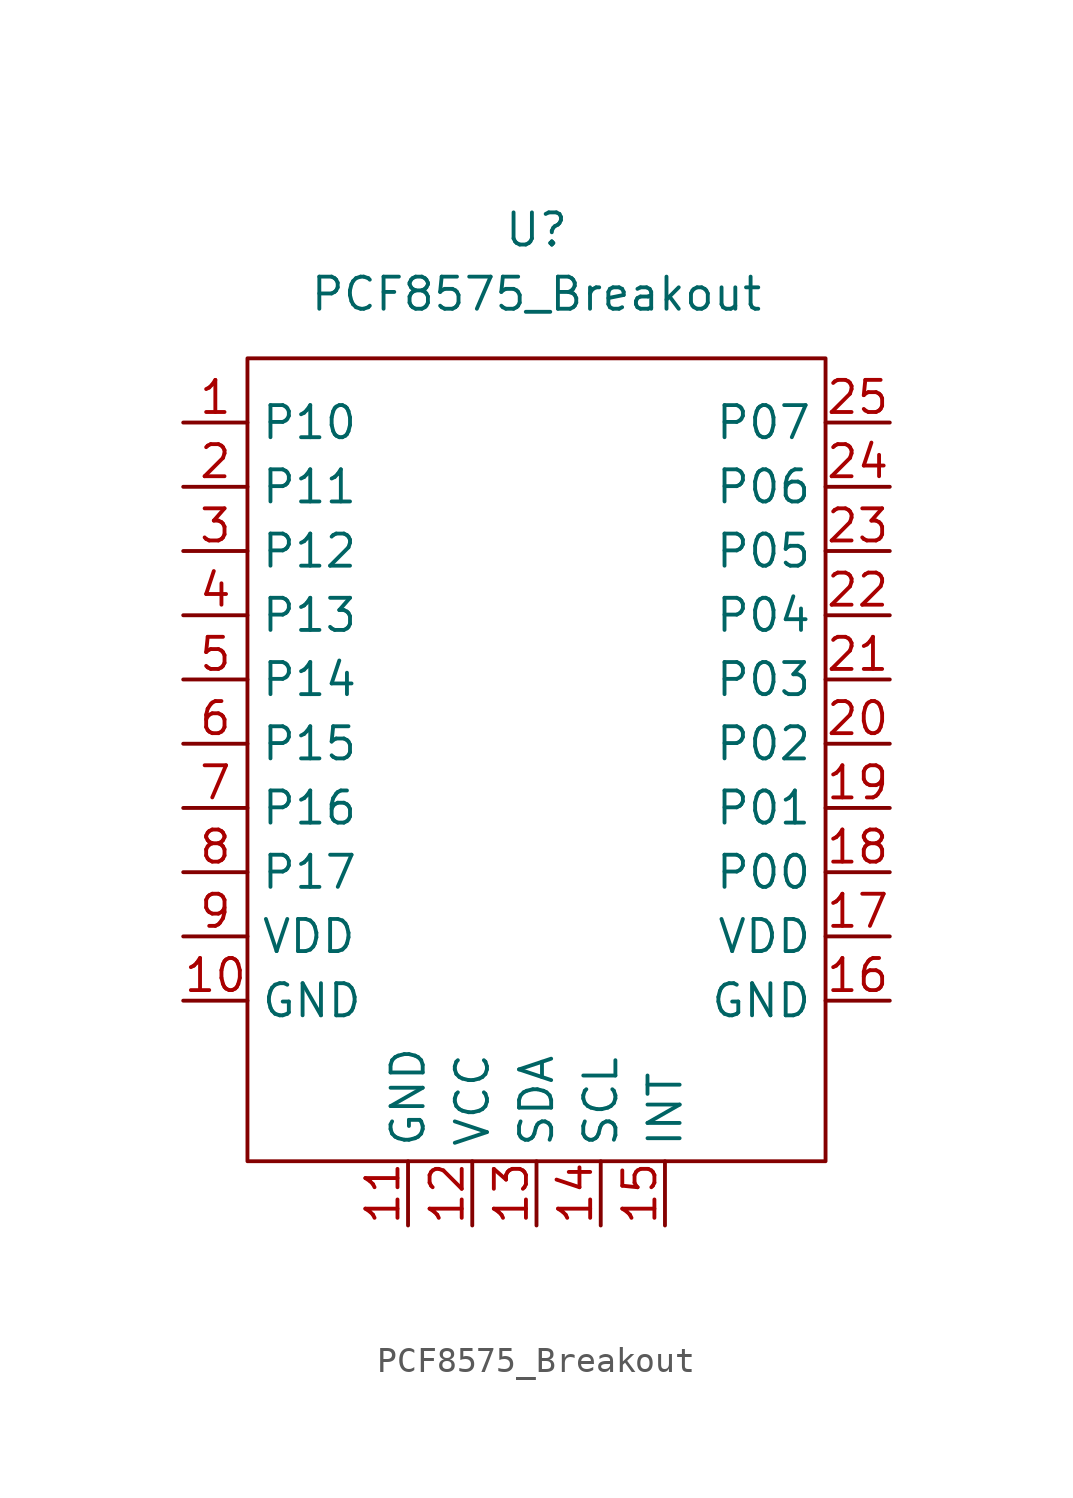
<source format=kicad_sym>
(kicad_symbol_lib
  (version 20211014)
  (generator kicad_symbol_editor)
  (symbol "PCF8575_Breakout"
    (property "Reference" "U"
      (at 0 19.05 0)
      (effects (font (size 1.27 1.27))))
    (property "Value" "PCF8575_Breakout"
      (at 0 16.51 0)
      (effects (font (size 1.27 1.27))))
    (symbol "PCF8575_Breakout_0_1"
      (rectangle (start -11.43 13.97) (end 11.43 -17.78) (stroke (width 0) (type default) (color 0 0 0 0)) (fill (type none))))
    (symbol "PCF8575_Breakout_1_1"
      (pin bidirectional line (at -13.97 11.43 0) (length 2.54) (name "P10" (effects (font (size 1.27 1.27)))) (number "1" (effects (font (size 1.27 1.27)))))
      (pin power_in line (at -13.97 -11.43 0) (length 2.54) (name "GND" (effects (font (size 1.27 1.27)))) (number "10" (effects (font (size 1.27 1.27)))))
      (pin power_in line (at -5.08 -20.32 90) (length 2.54) (name "GND" (effects (font (size 1.27 1.27)))) (number "11" (effects (font (size 1.27 1.27)))))
      (pin power_in line (at -2.54 -20.32 90) (length 2.54) (name "VCC" (effects (font (size 1.27 1.27)))) (number "12" (effects (font (size 1.27 1.27)))))
      (pin bidirectional line (at 0 -20.32 90) (length 2.54) (name "SDA" (effects (font (size 1.27 1.27)))) (number "13" (effects (font (size 1.27 1.27)))))
      (pin input line (at 2.54 -20.32 90) (length 2.54) (name "SCL" (effects (font (size 1.27 1.27)))) (number "14" (effects (font (size 1.27 1.27)))))
      (pin output line (at 5.08 -20.32 90) (length 2.54) (name "INT" (effects (font (size 1.27 1.27)))) (number "15" (effects (font (size 1.27 1.27)))))
      (pin power_in line (at 13.97 -11.43 180) (length 2.54) (name "GND" (effects (font (size 1.27 1.27)))) (number "16" (effects (font (size 1.27 1.27)))))
      (pin power_in line (at 13.97 -8.89 180) (length 2.54) (name "VDD" (effects (font (size 1.27 1.27)))) (number "17" (effects (font (size 1.27 1.27)))))
      (pin bidirectional line (at 13.97 -6.35 180) (length 2.54) (name "P00" (effects (font (size 1.27 1.27)))) (number "18" (effects (font (size 1.27 1.27)))))
      (pin bidirectional line (at 13.97 -3.81 180) (length 2.54) (name "P01" (effects (font (size 1.27 1.27)))) (number "19" (effects (font (size 1.27 1.27)))))
      (pin bidirectional line (at -13.97 8.89 0) (length 2.54) (name "P11" (effects (font (size 1.27 1.27)))) (number "2" (effects (font (size 1.27 1.27)))))
      (pin bidirectional line (at 13.97 -1.27 180) (length 2.54) (name "P02" (effects (font (size 1.27 1.27)))) (number "20" (effects (font (size 1.27 1.27)))))
      (pin bidirectional line (at 13.97 1.27 180) (length 2.54) (name "P03" (effects (font (size 1.27 1.27)))) (number "21" (effects (font (size 1.27 1.27)))))
      (pin bidirectional line (at 13.97 3.81 180) (length 2.54) (name "P04" (effects (font (size 1.27 1.27)))) (number "22" (effects (font (size 1.27 1.27)))))
      (pin bidirectional line (at 13.97 6.35 180) (length 2.54) (name "P05" (effects (font (size 1.27 1.27)))) (number "23" (effects (font (size 1.27 1.27)))))
      (pin bidirectional line (at 13.97 8.89 180) (length 2.54) (name "P06" (effects (font (size 1.27 1.27)))) (number "24" (effects (font (size 1.27 1.27)))))
      (pin bidirectional line (at 13.97 11.43 180) (length 2.54) (name "P07" (effects (font (size 1.27 1.27)))) (number "25" (effects (font (size 1.27 1.27)))))
      (pin bidirectional line (at -13.97 6.35 0) (length 2.54) (name "P12" (effects (font (size 1.27 1.27)))) (number "3" (effects (font (size 1.27 1.27)))))
      (pin bidirectional line (at -13.97 3.81 0) (length 2.54) (name "P13" (effects (font (size 1.27 1.27)))) (number "4" (effects (font (size 1.27 1.27)))))
      (pin bidirectional line (at -13.97 1.27 0) (length 2.54) (name "P14" (effects (font (size 1.27 1.27)))) (number "5" (effects (font (size 1.27 1.27)))))
      (pin bidirectional line (at -13.97 -1.27 0) (length 2.54) (name "P15" (effects (font (size 1.27 1.27)))) (number "6" (effects (font (size 1.27 1.27)))))
      (pin bidirectional line (at -13.97 -3.81 0) (length 2.54) (name "P16" (effects (font (size 1.27 1.27)))) (number "7" (effects (font (size 1.27 1.27)))))
      (pin bidirectional line (at -13.97 -6.35 0) (length 2.54) (name "P17" (effects (font (size 1.27 1.27)))) (number "8" (effects (font (size 1.27 1.27)))))
      (pin power_in line (at -13.97 -8.89 0) (length 2.54) (name "VDD" (effects (font (size 1.27 1.27)))) (number "9" (effects (font (size 1.27 1.27))))))))
</source>
